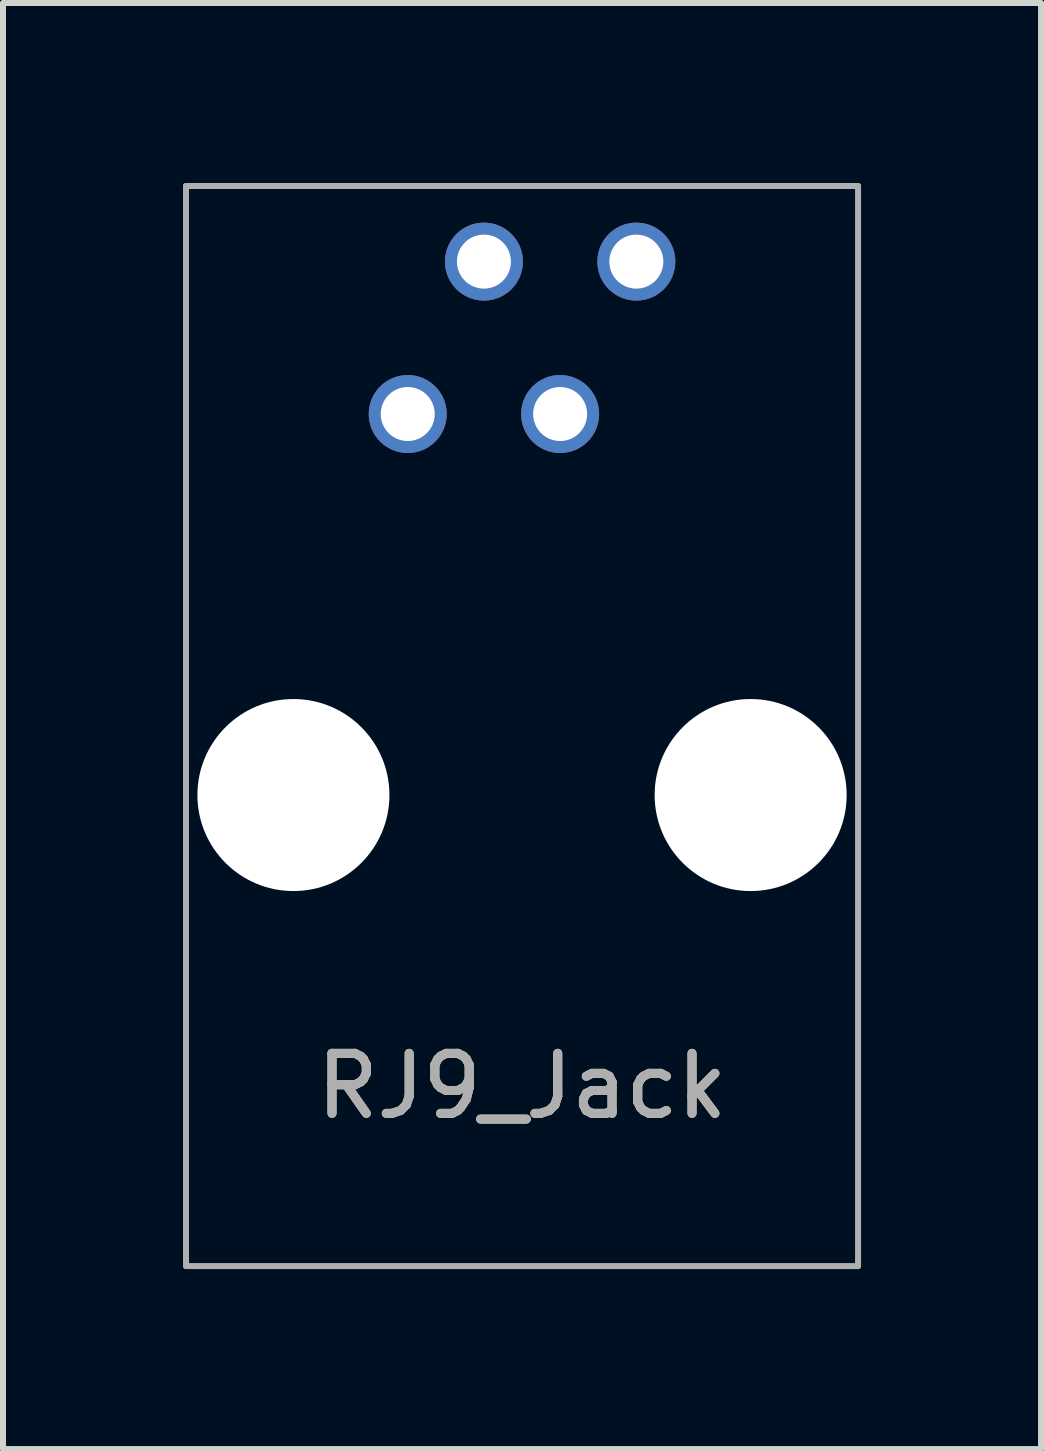
<source format=kicad_pcb>
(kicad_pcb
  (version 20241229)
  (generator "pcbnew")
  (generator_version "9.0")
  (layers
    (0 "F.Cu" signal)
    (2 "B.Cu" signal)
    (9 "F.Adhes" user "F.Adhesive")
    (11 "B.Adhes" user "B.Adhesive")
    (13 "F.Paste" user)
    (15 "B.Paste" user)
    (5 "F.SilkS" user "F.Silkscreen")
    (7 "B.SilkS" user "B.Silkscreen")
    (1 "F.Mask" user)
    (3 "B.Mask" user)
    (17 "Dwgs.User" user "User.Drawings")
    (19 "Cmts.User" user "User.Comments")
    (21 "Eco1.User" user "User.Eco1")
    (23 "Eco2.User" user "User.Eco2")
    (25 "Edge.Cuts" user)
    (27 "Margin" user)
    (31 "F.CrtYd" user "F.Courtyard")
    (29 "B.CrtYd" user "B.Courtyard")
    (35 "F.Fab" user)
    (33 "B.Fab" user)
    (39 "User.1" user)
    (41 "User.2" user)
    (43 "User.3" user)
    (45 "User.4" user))
  (footprint "RJ9_Jack"
    (layer "F.Cu")
    (at 5.65 9.05)
    (property "Reference" "RJ9_Jack" (at 0 6 180) (layer "F.SilkS") (effects (font (size 1 1) (thickness 0.15))))
    (attr through_hole)
    (fp_line (start -5.6 -9) (end 5.6 -9) (stroke (width 0.1) (type solid)) (layer "F.Fab"))
    (fp_line (start -5.6 9) (end -5.6 -9) (stroke (width 0.1) (type solid)) (layer "F.Fab"))
    (fp_line (start 5.6 -9) (end 5.6 9) (stroke (width 0.1) (type solid)) (layer "F.Fab"))
    (fp_line (start 5.6 9) (end -5.6 9) (stroke (width 0.1) (type solid)) (layer "F.Fab"))
    (fp_text user "${REFERENCE}" (at 0 6 180) (layer "F.Fab") (effects (font (size 1 1) (thickness 0.15))))
    (pad "" np_thru_hole circle (at -3.81 1.15 180) (size 3.2 3.2) (drill 3.2) (layers "*.Cu" "*.Mask"))
    (pad "" np_thru_hole circle (at 3.81 1.15 180) (size 3.2 3.2) (drill 3.2) (layers "*.Cu" "*.Mask"))
    (pad "1" thru_hole circle (at -1.905 -5.2 180) (size 1.3 1.3) (drill 0.9) (layers "*.Cu" "*.Mask"))
    (pad "2" thru_hole circle (at -0.635 -7.74 180) (size 1.3 1.3) (drill 0.9) (layers "*.Cu" "*.Mask"))
    (pad "3" thru_hole circle (at 0.635 -5.2 180) (size 1.3 1.3) (drill 0.9) (layers "*.Cu" "*.Mask"))
    (pad "4" thru_hole circle (at 1.905 -7.74 180) (size 1.3 1.3) (drill 0.9) (layers "*.Cu" "*.Mask")))
  (gr_rect
    (start -3 -3)
    (end 14.3 21.1)
    (stroke (width 0.1) (type default))
    (fill no)
    (layer "Edge.Cuts")))
</source>
